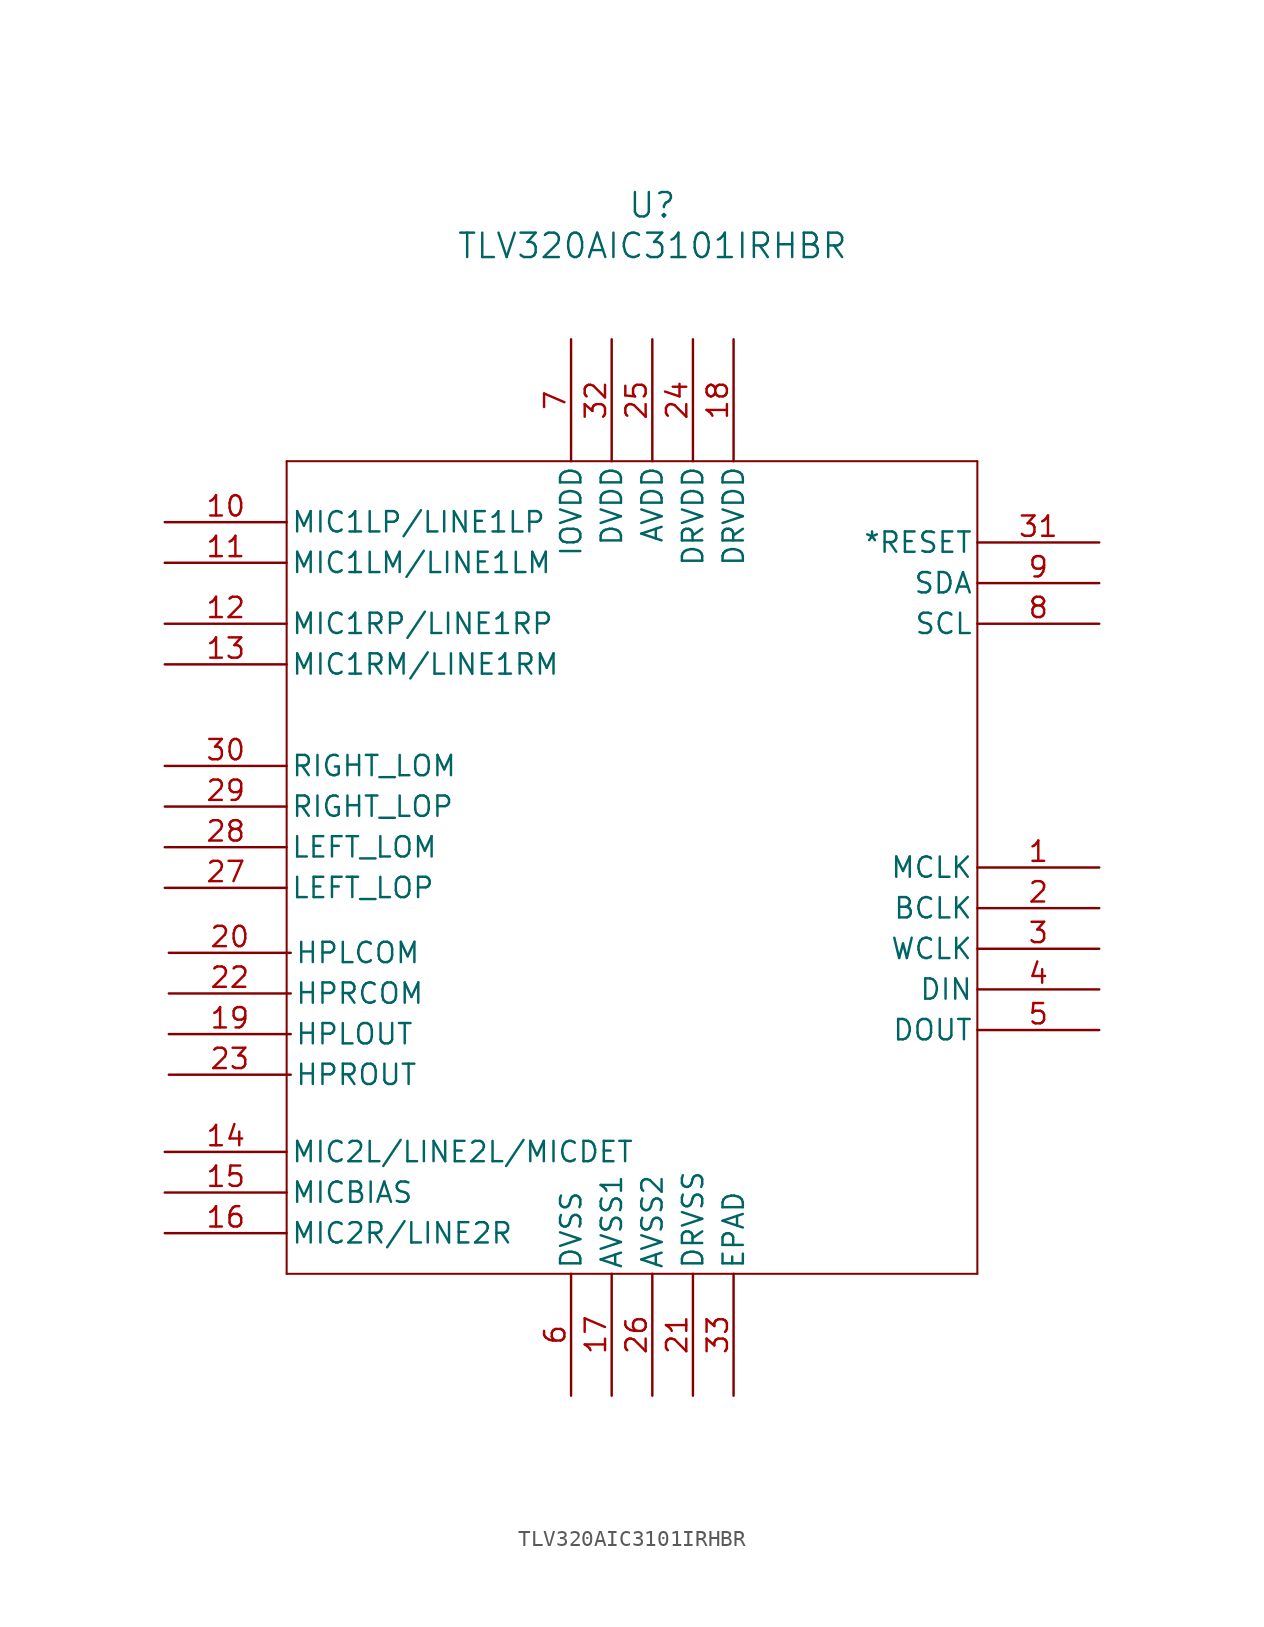
<source format=kicad_sym>
(kicad_symbol_lib
  (version 20231120)
  (generator "kicad_symbol_editor")
  (generator_version "8.0")
  (symbol "TLV320AIC3101IRHBR"
    (pin_names
      (offset 0.254))
    (property "Reference" "U"
      (at 0 41.402 0)
      (effects (font (size 1.524 1.524))))
    (property "Value" "TLV320AIC3101IRHBR"
      (at 0 38.862 0)
      (effects (font (size 1.524 1.524))))
    (property "ki_locked" ""
      (at 0 0 0)
      (effects (font (size 1.27 1.27))))
    (symbol "TLV320AIC3101IRHBR_0_1"
      (polyline (pts (xy -22.86 -25.4) (xy 20.32 -25.4)) (stroke (width 0.127) (type default)) (fill (type none)))
      (polyline (pts (xy -22.86 25.4) (xy -22.86 -25.4)) (stroke (width 0.127) (type default)) (fill (type none)))
      (polyline (pts (xy 20.32 -25.4) (xy 20.32 25.4)) (stroke (width 0.127) (type default)) (fill (type none)))
      (polyline (pts (xy 20.32 25.4) (xy -22.86 25.4)) (stroke (width 0.127) (type default)) (fill (type none)))
      (pin input line (at 27.94 0 180) (length 7.62) (name "MCLK" (effects (font (size 1.27 1.27)))) (number "1" (effects (font (size 1.27 1.27)))))
      (pin input line (at -30.48 21.59 0) (length 7.62) (name "MIC1LP/LINE1LP" (effects (font (size 1.27 1.27)))) (number "10" (effects (font (size 1.27 1.27)))))
      (pin input line (at -30.48 19.05 0) (length 7.62) (name "MIC1LM/LINE1LM" (effects (font (size 1.27 1.27)))) (number "11" (effects (font (size 1.27 1.27)))))
      (pin input line (at -30.48 15.24 0) (length 7.62) (name "MIC1RP/LINE1RP" (effects (font (size 1.27 1.27)))) (number "12" (effects (font (size 1.27 1.27)))))
      (pin input line (at -30.48 12.7 0) (length 7.62) (name "MIC1RM/LINE1RM" (effects (font (size 1.27 1.27)))) (number "13" (effects (font (size 1.27 1.27)))))
      (pin input line (at -30.48 -17.78 0) (length 7.62) (name "MIC2L/LINE2L/MICDET" (effects (font (size 1.27 1.27)))) (number "14" (effects (font (size 1.27 1.27)))))
      (pin output line (at -30.48 -20.32 0) (length 7.62) (name "MICBIAS" (effects (font (size 1.27 1.27)))) (number "15" (effects (font (size 1.27 1.27)))))
      (pin input line (at -30.48 -22.86 0) (length 7.62) (name "MIC2R/LINE2R" (effects (font (size 1.27 1.27)))) (number "16" (effects (font (size 1.27 1.27)))))
      (pin power_in line (at -2.54 -33.02 90) (length 7.62) (name "AVSS1" (effects (font (size 1.27 1.27)))) (number "17" (effects (font (size 1.27 1.27)))))
      (pin power_in line (at 5.08 33.02 270) (length 7.62) (name "DRVDD" (effects (font (size 1.27 1.27)))) (number "18" (effects (font (size 1.27 1.27)))))
      (pin output line (at -30.226 -10.414 0) (length 7.62) (name "HPLOUT" (effects (font (size 1.27 1.27)))) (number "19" (effects (font (size 1.27 1.27)))))
      (pin bidirectional line (at 27.94 -2.54 180) (length 7.62) (name "BCLK" (effects (font (size 1.27 1.27)))) (number "2" (effects (font (size 1.27 1.27)))))
      (pin output line (at -30.226 -5.334 0) (length 7.62) (name "HPLCOM" (effects (font (size 1.27 1.27)))) (number "20" (effects (font (size 1.27 1.27)))))
      (pin power_in line (at 2.54 -33.02 90) (length 7.62) (name "DRVSS" (effects (font (size 1.27 1.27)))) (number "21" (effects (font (size 1.27 1.27)))))
      (pin output line (at -30.226 -7.874 0) (length 7.62) (name "HPRCOM" (effects (font (size 1.27 1.27)))) (number "22" (effects (font (size 1.27 1.27)))))
      (pin output line (at -30.226 -12.954 0) (length 7.62) (name "HPROUT" (effects (font (size 1.27 1.27)))) (number "23" (effects (font (size 1.27 1.27)))))
      (pin power_in line (at 2.54 33.02 270) (length 7.62) (name "DRVDD" (effects (font (size 1.27 1.27)))) (number "24" (effects (font (size 1.27 1.27)))))
      (pin power_in line (at 0 33.02 270) (length 7.62) (name "AVDD" (effects (font (size 1.27 1.27)))) (number "25" (effects (font (size 1.27 1.27)))))
      (pin power_in line (at 0 -33.02 90) (length 7.62) (name "AVSS2" (effects (font (size 1.27 1.27)))) (number "26" (effects (font (size 1.27 1.27)))))
      (pin output line (at -30.48 -1.27 0) (length 7.62) (name "LEFT_LOP" (effects (font (size 1.27 1.27)))) (number "27" (effects (font (size 1.27 1.27)))))
      (pin output line (at -30.48 1.27 0) (length 7.62) (name "LEFT_LOM" (effects (font (size 1.27 1.27)))) (number "28" (effects (font (size 1.27 1.27)))))
      (pin output line (at -30.48 3.81 0) (length 7.62) (name "RIGHT_LOP" (effects (font (size 1.27 1.27)))) (number "29" (effects (font (size 1.27 1.27)))))
      (pin bidirectional line (at 27.94 -5.08 180) (length 7.62) (name "WCLK" (effects (font (size 1.27 1.27)))) (number "3" (effects (font (size 1.27 1.27)))))
      (pin output line (at -30.48 6.35 0) (length 7.62) (name "RIGHT_LOM" (effects (font (size 1.27 1.27)))) (number "30" (effects (font (size 1.27 1.27)))))
      (pin input line (at 27.94 20.32 180) (length 7.62) (name "*RESET" (effects (font (size 1.27 1.27)))) (number "31" (effects (font (size 1.27 1.27)))))
      (pin power_in line (at -2.54 33.02 270) (length 7.62) (name "DVDD" (effects (font (size 1.27 1.27)))) (number "32" (effects (font (size 1.27 1.27)))))
      (pin unspecified line (at 5.08 -33.02 90) (length 7.62) (name "EPAD" (effects (font (size 1.27 1.27)))) (number "33" (effects (font (size 1.27 1.27)))))
      (pin input line (at 27.94 -7.62 180) (length 7.62) (name "DIN" (effects (font (size 1.27 1.27)))) (number "4" (effects (font (size 1.27 1.27)))))
      (pin output line (at 27.94 -10.16 180) (length 7.62) (name "DOUT" (effects (font (size 1.27 1.27)))) (number "5" (effects (font (size 1.27 1.27)))))
      (pin power_in line (at -5.08 -33.02 90) (length 7.62) (name "DVSS" (effects (font (size 1.27 1.27)))) (number "6" (effects (font (size 1.27 1.27)))))
      (pin power_in line (at -5.08 33.02 270) (length 7.62) (name "IOVDD" (effects (font (size 1.27 1.27)))) (number "7" (effects (font (size 1.27 1.27)))))
      (pin bidirectional line (at 27.94 15.24 180) (length 7.62) (name "SCL" (effects (font (size 1.27 1.27)))) (number "8" (effects (font (size 1.27 1.27)))))
      (pin bidirectional line (at 27.94 17.78 180) (length 7.62) (name "SDA" (effects (font (size 1.27 1.27)))) (number "9" (effects (font (size 1.27 1.27))))))))
</source>
